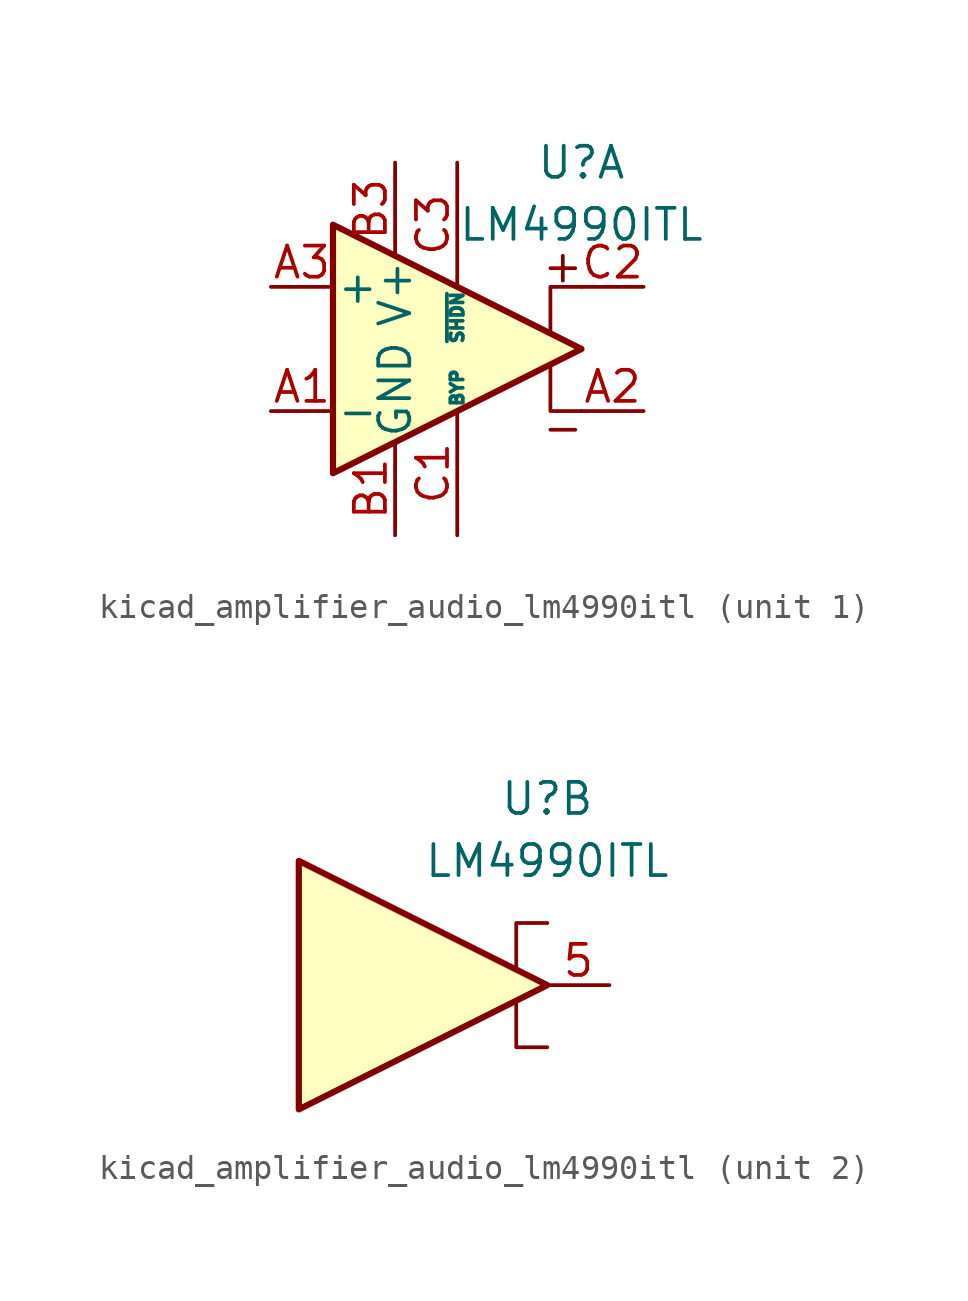
<source format=kicad_sym>
(kicad_symbol_lib
  (version 20220914)
  (generator kicad_symbol_editor)
  (symbol "kicad_amplifier_audio_lm4990itl"
    (pin_names
      (offset 0.127))
    (property "Reference" "U"
      (at 5.08 7.62 0)
      (effects (font (size 1.27 1.27))))
    (property "Value" "LM4990ITL"
      (at 5.08 5.08 0)
      (effects (font (size 1.27 1.27))))
    (symbol "kicad_amplifier_audio_lm4990itl_0_1"
      (polyline (pts (xy 3.81 -0.635) (xy 3.81 -2.54) (xy 5.08 -2.54)) (stroke (width 0) (type default)) (fill (type none)))
      (polyline (pts (xy 5.08 2.54) (xy 3.81 2.54) (xy 3.81 0.635)) (stroke (width 0) (type default)) (fill (type none)))
      (polyline (pts (xy -5.08 5.08) (xy 5.08 0) (xy -5.08 -5.08) (xy -5.08 5.08)) (stroke (width 0.254) (type default)) (fill (type background))))
    (symbol "kicad_amplifier_audio_lm4990itl_1_1"
      (polyline (pts (xy 3.81 -3.302) (xy 4.826 -3.302)) (stroke (width 0) (type default)) (fill (type none)))
      (polyline (pts (xy 4.318 3.81) (xy 4.318 2.794)) (stroke (width 0) (type default)) (fill (type none)))
      (polyline (pts (xy 4.826 3.302) (xy 3.81 3.302)) (stroke (width 0) (type default)) (fill (type none)))
      (pin input line (at -7.62 -2.54 0) (length 2.54) (name "-" (effects (font (size 1.27 1.27)))) (number "A1" (effects (font (size 1.27 1.27)))))
      (pin output line (at 7.62 -2.54 180) (length 2.54) (name "~" (effects (font (size 1.27 1.27)))) (number "A2" (effects (font (size 1.27 1.27)))))
      (pin input line (at -7.62 2.54 0) (length 2.54) (name "+" (effects (font (size 1.27 1.27)))) (number "A3" (effects (font (size 1.27 1.27)))))
      (pin power_in line (at -2.54 -7.62 90) (length 3.81) (name "GND" (effects (font (size 1.27 1.27)))) (number "B1" (effects (font (size 1.27 1.27)))))
      (pin passive line (at -2.54 -7.62 90) (length 3.81) hide (name "GND" (effects (font (size 1.27 1.27)))) (number "B2" (effects (font (size 1.27 1.27)))))
      (pin power_in line (at -2.54 7.62 270) (length 3.81) (name "V+" (effects (font (size 1.27 1.27)))) (number "B3" (effects (font (size 1.27 1.27)))))
      (pin input line (at 0 -7.62 90) (length 5.08) (name "BYP" (effects (font (size 0.508 0.508)))) (number "C1" (effects (font (size 1.27 1.27)))))
      (pin output line (at 7.62 2.54 180) (length 2.54) (name "~" (effects (font (size 1.27 1.27)))) (number "C2" (effects (font (size 1.27 1.27)))))
      (pin output line (at 0 7.62 270) (length 5.08) (name "~{SHDN}" (effects (font (size 0.508 0.508)))) (number "C3" (effects (font (size 1.27 1.27))))))
    (symbol "kicad_amplifier_audio_lm4990itl_2_1"
      (pin output line (at 7.62 0 180) (length 2.54) (name "~" (effects (font (size 1.27 1.27)))) (number "5" (effects (font (size 1.27 1.27))))))))
</source>
